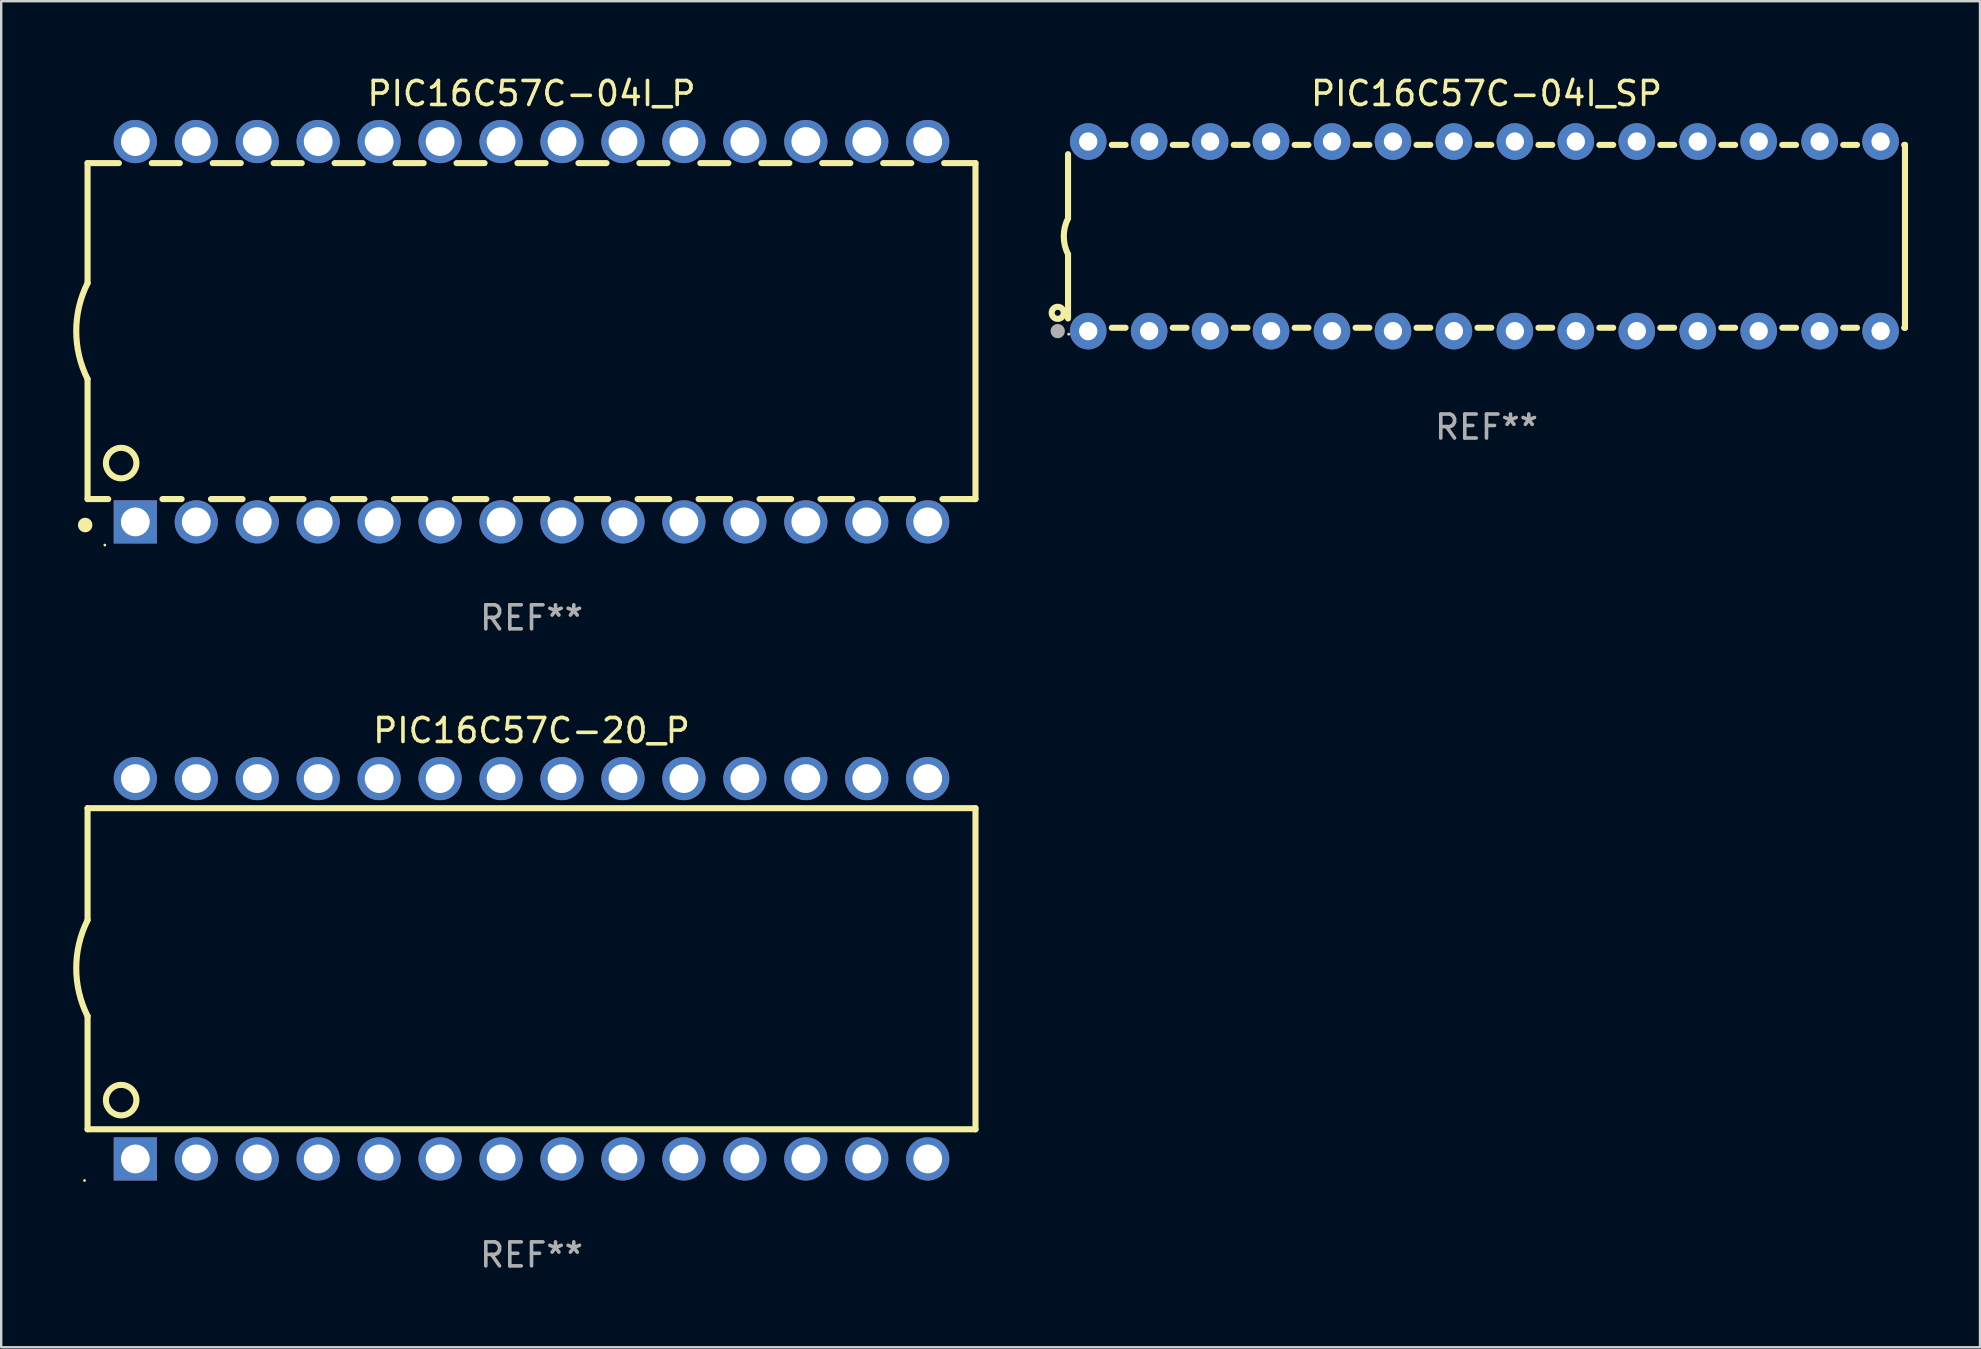
<source format=kicad_pcb>
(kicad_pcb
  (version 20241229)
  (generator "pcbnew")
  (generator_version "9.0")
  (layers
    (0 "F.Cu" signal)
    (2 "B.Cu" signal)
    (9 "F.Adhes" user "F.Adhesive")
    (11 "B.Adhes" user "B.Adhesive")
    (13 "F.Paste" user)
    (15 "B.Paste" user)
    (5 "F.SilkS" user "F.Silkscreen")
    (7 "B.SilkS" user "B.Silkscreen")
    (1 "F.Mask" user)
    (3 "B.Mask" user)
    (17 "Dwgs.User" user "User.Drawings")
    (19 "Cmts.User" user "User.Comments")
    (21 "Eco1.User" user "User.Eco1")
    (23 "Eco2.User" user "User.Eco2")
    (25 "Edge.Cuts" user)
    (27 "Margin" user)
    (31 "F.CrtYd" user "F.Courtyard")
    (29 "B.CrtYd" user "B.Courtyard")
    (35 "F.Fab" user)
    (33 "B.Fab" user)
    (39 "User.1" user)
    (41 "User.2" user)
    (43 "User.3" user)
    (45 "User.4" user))
  (footprint "PIC16C57C-04I_P"
    (layer "F.Cu")
    (at 19.099 10.773)
    (property "Reference" "PIC16C57C-04I_P" (at 0 -9.925 0) (layer "F.SilkS") (effects (font (size 1 1) (thickness 0.15))))
    (attr through_hole)
    (fp_line (start -18.5 -7.026) (end -18.5 -2.026) (stroke (width 0.254) (type solid)) (layer "F.SilkS"))
    (fp_line (start -18.5 1.974) (end -18.5 6.974) (stroke (width 0.254) (type solid)) (layer "F.SilkS"))
    (fp_line (start -17.64 6.974) (end -18.5 6.974) (stroke (width 0.254) (type solid)) (layer "F.SilkS"))
    (fp_line (start -17.195 -7.026) (end -18.5 -7.026) (stroke (width 0.254) (type solid)) (layer "F.SilkS"))
    (fp_line (start -14.655 -7.026) (end -15.825 -7.026) (stroke (width 0.254) (type solid)) (layer "F.SilkS"))
    (fp_line (start -14.582 6.974) (end -15.38 6.974) (stroke (width 0.254) (type solid)) (layer "F.SilkS"))
    (fp_line (start -12.115 -7.026) (end -13.285 -7.026) (stroke (width 0.254) (type solid)) (layer "F.SilkS"))
    (fp_line (start -12.042 6.974) (end -13.358 6.974) (stroke (width 0.254) (type solid)) (layer "F.SilkS"))
    (fp_line (start -9.575 -7.026) (end -10.745 -7.026) (stroke (width 0.254) (type solid)) (layer "F.SilkS"))
    (fp_line (start -9.502 6.974) (end -10.818 6.974) (stroke (width 0.254) (type solid)) (layer "F.SilkS"))
    (fp_line (start -7.035 -7.026) (end -8.205 -7.026) (stroke (width 0.254) (type solid)) (layer "F.SilkS"))
    (fp_line (start -6.962 6.974) (end -8.278 6.974) (stroke (width 0.254) (type solid)) (layer "F.SilkS"))
    (fp_line (start -4.495 -7.026) (end -5.665 -7.026) (stroke (width 0.254) (type solid)) (layer "F.SilkS"))
    (fp_line (start -4.422 6.974) (end -5.738 6.974) (stroke (width 0.254) (type solid)) (layer "F.SilkS"))
    (fp_line (start -1.955 -7.026) (end -3.125 -7.026) (stroke (width 0.254) (type solid)) (layer "F.SilkS"))
    (fp_line (start -1.882 6.974) (end -3.198 6.974) (stroke (width 0.254) (type solid)) (layer "F.SilkS"))
    (fp_line (start 0.585 -7.026) (end -0.585 -7.026) (stroke (width 0.254) (type solid)) (layer "F.SilkS"))
    (fp_line (start 0.658 6.974) (end -0.658 6.974) (stroke (width 0.254) (type solid)) (layer "F.SilkS"))
    (fp_line (start 3.125 -7.026) (end 1.955 -7.026) (stroke (width 0.254) (type solid)) (layer "F.SilkS"))
    (fp_line (start 3.198 6.974) (end 1.882 6.974) (stroke (width 0.254) (type solid)) (layer "F.SilkS"))
    (fp_line (start 5.665 -7.026) (end 4.495 -7.026) (stroke (width 0.254) (type solid)) (layer "F.SilkS"))
    (fp_line (start 5.738 6.974) (end 4.422 6.974) (stroke (width 0.254) (type solid)) (layer "F.SilkS"))
    (fp_line (start 8.205 -7.026) (end 7.035 -7.026) (stroke (width 0.254) (type solid)) (layer "F.SilkS"))
    (fp_line (start 8.278 6.974) (end 6.962 6.974) (stroke (width 0.254) (type solid)) (layer "F.SilkS"))
    (fp_line (start 10.745 -7.026) (end 9.575 -7.026) (stroke (width 0.254) (type solid)) (layer "F.SilkS"))
    (fp_line (start 10.818 6.974) (end 9.502 6.974) (stroke (width 0.254) (type solid)) (layer "F.SilkS"))
    (fp_line (start 13.285 -7.026) (end 12.115 -7.026) (stroke (width 0.254) (type solid)) (layer "F.SilkS"))
    (fp_line (start 13.358 6.974) (end 12.042 6.974) (stroke (width 0.254) (type solid)) (layer "F.SilkS"))
    (fp_line (start 15.825 -7.026) (end 14.655 -7.026) (stroke (width 0.254) (type solid)) (layer "F.SilkS"))
    (fp_line (start 15.898 6.974) (end 14.582 6.974) (stroke (width 0.254) (type solid)) (layer "F.SilkS"))
    (fp_line (start 18.5 -7.026) (end 17.195 -7.026) (stroke (width 0.254) (type solid)) (layer "F.SilkS"))
    (fp_line (start 18.5 6.974) (end 17.122 6.974) (stroke (width 0.254) (type solid)) (layer "F.SilkS"))
    (fp_line (start 18.5 6.974) (end 18.5 -7.026) (stroke (width 0.254) (type solid)) (layer "F.SilkS"))
    (fp_arc (start -18.599924 8.057734) (mid -18.599935 8.055207) (end -18.599924 8.052679) (stroke (width 0.6) (type solid)) (layer "F.SilkS"))
    (fp_arc (start -18.500051 1.974346) (mid -18.972187 -0.025654) (end -18.500051 -2.025654) (stroke (width 0.254001) (type solid)) (layer "F.SilkS"))
    (fp_circle (center -17.78 8.89) (end -17.75 8.89) (stroke (width 0.06) (type solid)) (fill no) (layer "F.SilkS"))
    (fp_circle (center -17.1 5.474) (end -16.465 5.474) (stroke (width 0.254) (type solid)) (fill no) (layer "F.SilkS"))
    (fp_text user "REF**" (at 0 11.925 0) (layer "F.Fab") (effects (font (size 1 1) (thickness 0.15))))
    (pad "1" thru_hole rect (at -16.51 7.925) (size 1.8 1.8) (drill 1.2) (layers "*.Cu" "*.Mask"))
    (pad "2" thru_hole circle (at -13.97 7.925) (size 1.8 1.8) (drill 1.2) (layers "*.Cu" "*.Mask"))
    (pad "3" thru_hole circle (at -11.43 7.924) (size 1.8 1.8) (drill 1.2) (layers "*.Cu" "*.Mask"))
    (pad "4" thru_hole circle (at -8.89 7.924) (size 1.8 1.8) (drill 1.2) (layers "*.Cu" "*.Mask"))
    (pad "5" thru_hole circle (at -6.35 7.924) (size 1.8 1.8) (drill 1.2) (layers "*.Cu" "*.Mask"))
    (pad "6" thru_hole circle (at -3.81 7.924) (size 1.8 1.8) (drill 1.2) (layers "*.Cu" "*.Mask"))
    (pad "7" thru_hole circle (at -1.27 7.924) (size 1.8 1.8) (drill 1.2) (layers "*.Cu" "*.Mask"))
    (pad "8" thru_hole circle (at 1.27 7.924) (size 1.8 1.8) (drill 1.2) (layers "*.Cu" "*.Mask"))
    (pad "9" thru_hole circle (at 3.81 7.924) (size 1.8 1.8) (drill 1.2) (layers "*.Cu" "*.Mask"))
    (pad "10" thru_hole circle (at 6.35 7.924) (size 1.8 1.8) (drill 1.2) (layers "*.Cu" "*.Mask"))
    (pad "11" thru_hole circle (at 8.89 7.924) (size 1.8 1.8) (drill 1.2) (layers "*.Cu" "*.Mask"))
    (pad "12" thru_hole circle (at 11.43 7.924) (size 1.8 1.8) (drill 1.2) (layers "*.Cu" "*.Mask"))
    (pad "13" thru_hole circle (at 13.97 7.924) (size 1.8 1.8) (drill 1.2) (layers "*.Cu" "*.Mask"))
    (pad "14" thru_hole circle (at 16.51 7.924) (size 1.8 1.8) (drill 1.2) (layers "*.Cu" "*.Mask"))
    (pad "15" thru_hole circle (at 16.51 -7.925) (size 1.8 1.8) (drill 1.2) (layers "*.Cu" "*.Mask"))
    (pad "16" thru_hole circle (at 13.97 -7.925) (size 1.8 1.8) (drill 1.2) (layers "*.Cu" "*.Mask"))
    (pad "17" thru_hole circle (at 11.43 -7.925) (size 1.8 1.8) (drill 1.2) (layers "*.Cu" "*.Mask"))
    (pad "18" thru_hole circle (at 8.89 -7.925) (size 1.8 1.8) (drill 1.2) (layers "*.Cu" "*.Mask"))
    (pad "19" thru_hole circle (at 6.35 -7.925) (size 1.8 1.8) (drill 1.2) (layers "*.Cu" "*.Mask"))
    (pad "20" thru_hole circle (at 3.81 -7.925) (size 1.8 1.8) (drill 1.2) (layers "*.Cu" "*.Mask"))
    (pad "21" thru_hole circle (at 1.27 -7.925) (size 1.8 1.8) (drill 1.2) (layers "*.Cu" "*.Mask"))
    (pad "22" thru_hole circle (at -1.27 -7.925) (size 1.8 1.8) (drill 1.2) (layers "*.Cu" "*.Mask"))
    (pad "23" thru_hole circle (at -3.81 -7.925) (size 1.8 1.8) (drill 1.2) (layers "*.Cu" "*.Mask"))
    (pad "24" thru_hole circle (at -6.35 -7.925) (size 1.8 1.8) (drill 1.2) (layers "*.Cu" "*.Mask"))
    (pad "25" thru_hole circle (at -8.89 -7.925) (size 1.8 1.8) (drill 1.2) (layers "*.Cu" "*.Mask"))
    (pad "26" thru_hole circle (at -11.43 -7.925) (size 1.8 1.8) (drill 1.2) (layers "*.Cu" "*.Mask"))
    (pad "27" thru_hole circle (at -13.97 -7.925) (size 1.8 1.8) (drill 1.2) (layers "*.Cu" "*.Mask"))
    (pad "28" thru_hole circle (at -16.51 -7.925) (size 1.8 1.8) (drill 1.2) (layers "*.Cu" "*.Mask")))
  (footprint "PIC16C57C-04I_SP"
    (layer "F.Cu")
    (at 58.894 6.798)
    (property "Reference" "PIC16C57C-04I_SP" (at 0 -5.95 0) (layer "F.SilkS") (effects (font (size 1 1) (thickness 0.15))))
    (attr through_hole)
    (fp_line (start -17.438 0.75) (end -17.438 3.423) (stroke (width 0.254) (type solid)) (layer "F.SilkS"))
    (fp_line (start -17.438 -3.423) (end -17.438 -0.75) (stroke (width 0.254) (type solid)) (layer "F.SilkS"))
    (fp_line (start -15.615 3.81) (end -15.041 3.81) (stroke (width 0.254) (type solid)) (layer "F.SilkS"))
    (fp_line (start -15.041 -3.81) (end -15.614 -3.81) (stroke (width 0.254) (type solid)) (layer "F.SilkS"))
    (fp_line (start -13.075 3.81) (end -12.501 3.81) (stroke (width 0.254) (type solid)) (layer "F.SilkS"))
    (fp_line (start -12.501 -3.81) (end -13.074 -3.81) (stroke (width 0.254) (type solid)) (layer "F.SilkS"))
    (fp_line (start -10.535 3.81) (end -9.961 3.81) (stroke (width 0.254) (type solid)) (layer "F.SilkS"))
    (fp_line (start -9.961 -3.81) (end -10.534 -3.81) (stroke (width 0.254) (type solid)) (layer "F.SilkS"))
    (fp_line (start -7.995 3.81) (end -7.421 3.81) (stroke (width 0.254) (type solid)) (layer "F.SilkS"))
    (fp_line (start -7.421 -3.81) (end -7.995 -3.81) (stroke (width 0.254) (type solid)) (layer "F.SilkS"))
    (fp_line (start -5.455 3.81) (end -4.881 3.81) (stroke (width 0.254) (type solid)) (layer "F.SilkS"))
    (fp_line (start -4.881 -3.81) (end -5.455 -3.81) (stroke (width 0.254) (type solid)) (layer "F.SilkS"))
    (fp_line (start -2.915 3.81) (end -2.341 3.81) (stroke (width 0.254) (type solid)) (layer "F.SilkS"))
    (fp_line (start -2.341 -3.81) (end -2.915 -3.81) (stroke (width 0.254) (type solid)) (layer "F.SilkS"))
    (fp_line (start -0.375 3.81) (end 0.199 3.81) (stroke (width 0.254) (type solid)) (layer "F.SilkS"))
    (fp_line (start 0.199 -3.81) (end -0.375 -3.81) (stroke (width 0.254) (type solid)) (layer "F.SilkS"))
    (fp_line (start 2.165 3.81) (end 2.739 3.81) (stroke (width 0.254) (type solid)) (layer "F.SilkS"))
    (fp_line (start 2.739 -3.81) (end 2.165 -3.81) (stroke (width 0.254) (type solid)) (layer "F.SilkS"))
    (fp_line (start 4.705 3.81) (end 5.279 3.81) (stroke (width 0.254) (type solid)) (layer "F.SilkS"))
    (fp_line (start 5.279 -3.81) (end 4.705 -3.81) (stroke (width 0.254) (type solid)) (layer "F.SilkS"))
    (fp_line (start 7.245 3.81) (end 7.819 3.81) (stroke (width 0.254) (type solid)) (layer "F.SilkS"))
    (fp_line (start 7.819 -3.81) (end 7.245 -3.81) (stroke (width 0.254) (type solid)) (layer "F.SilkS"))
    (fp_line (start 9.785 3.81) (end 10.359 3.81) (stroke (width 0.254) (type solid)) (layer "F.SilkS"))
    (fp_line (start 10.359 -3.81) (end 9.785 -3.81) (stroke (width 0.254) (type solid)) (layer "F.SilkS"))
    (fp_line (start 12.325 3.81) (end 12.899 3.81) (stroke (width 0.254) (type solid)) (layer "F.SilkS"))
    (fp_line (start 12.899 -3.81) (end 12.325 -3.81) (stroke (width 0.254) (type solid)) (layer "F.SilkS"))
    (fp_line (start 14.865 3.81) (end 15.439 3.81) (stroke (width 0.254) (type solid)) (layer "F.SilkS"))
    (fp_line (start 15.439 -3.81) (end 14.865 -3.81) (stroke (width 0.254) (type solid)) (layer "F.SilkS"))
    (fp_line (start 17.405 3.81) (end 17.438 3.81) (stroke (width 0.254) (type solid)) (layer "F.SilkS"))
    (fp_line (start 17.438 -3.81) (end 17.405 -3.81) (stroke (width 0.254) (type solid)) (layer "F.SilkS"))
    (fp_line (start 17.438 -3.556) (end 17.438 -3.81) (stroke (width 0.254) (type solid)) (layer "F.SilkS"))
    (fp_line (start 17.438 3.81) (end 17.438 -3.556) (stroke (width 0.254) (type solid)) (layer "F.SilkS"))
    (fp_arc (start -17.437986 0.749657) (mid -17.614887 -0.000024) (end -17.437783 -0.749657) (stroke (width 0.254001) (type solid)) (layer "F.SilkS"))
    (fp_circle (center -17.868 3.188) (end -17.743 3.188) (stroke (width 0.254) (type solid)) (fill no) (layer "F.SilkS"))
    (fp_circle (center -17.411 4.077) (end -17.381 4.077) (stroke (width 0.06) (type solid)) (fill no) (layer "F.SilkS"))
    (fp_circle (center -17.868 3.95) (end -17.718 3.95) (stroke (width 0.3) (type solid)) (fill no) (layer "F.Fab"))
    (fp_text user "REF**" (at 0 7.95 0) (layer "F.Fab") (effects (font (size 1 1) (thickness 0.15))))
    (pad "1" thru_hole circle (at -16.598 3.95) (size 1.524 1.524) (drill 0.762) (layers "*.Cu" "*.Mask"))
    (pad "2" thru_hole circle (at -14.058 3.95) (size 1.524 1.524) (drill 0.762) (layers "*.Cu" "*.Mask"))
    (pad "3" thru_hole circle (at -11.518 3.95) (size 1.524 1.524) (drill 0.762) (layers "*.Cu" "*.Mask"))
    (pad "4" thru_hole circle (at -8.978 3.95) (size 1.524 1.524) (drill 0.762) (layers "*.Cu" "*.Mask"))
    (pad "5" thru_hole circle (at -6.438 3.95) (size 1.524 1.524) (drill 0.762) (layers "*.Cu" "*.Mask"))
    (pad "6" thru_hole circle (at -3.898 3.95) (size 1.524 1.524) (drill 0.762) (layers "*.Cu" "*.Mask"))
    (pad "7" thru_hole circle (at -1.358 3.95) (size 1.524 1.524) (drill 0.762) (layers "*.Cu" "*.Mask"))
    (pad "8" thru_hole circle (at 1.182 3.95) (size 1.524 1.524) (drill 0.762) (layers "*.Cu" "*.Mask"))
    (pad "9" thru_hole circle (at 3.722 3.95) (size 1.524 1.524) (drill 0.762) (layers "*.Cu" "*.Mask"))
    (pad "10" thru_hole circle (at 6.262 3.95) (size 1.524 1.524) (drill 0.762) (layers "*.Cu" "*.Mask"))
    (pad "11" thru_hole circle (at 8.802 3.95) (size 1.524 1.524) (drill 0.762) (layers "*.Cu" "*.Mask"))
    (pad "12" thru_hole circle (at 11.342 3.95) (size 1.524 1.524) (drill 0.762) (layers "*.Cu" "*.Mask"))
    (pad "13" thru_hole circle (at 13.882 3.95) (size 1.524 1.524) (drill 0.762) (layers "*.Cu" "*.Mask"))
    (pad "14" thru_hole circle (at 16.422 3.95) (size 1.524 1.524) (drill 0.762) (layers "*.Cu" "*.Mask"))
    (pad "15" thru_hole circle (at 16.422 -3.95) (size 1.524 1.524) (drill 0.762) (layers "*.Cu" "*.Mask"))
    (pad "16" thru_hole circle (at 13.882 -3.95) (size 1.524 1.524) (drill 0.762) (layers "*.Cu" "*.Mask"))
    (pad "17" thru_hole circle (at 11.342 -3.95) (size 1.524 1.524) (drill 0.762) (layers "*.Cu" "*.Mask"))
    (pad "18" thru_hole circle (at 8.802 -3.95) (size 1.524 1.524) (drill 0.762) (layers "*.Cu" "*.Mask"))
    (pad "19" thru_hole circle (at 6.262 -3.95) (size 1.524 1.524) (drill 0.762) (layers "*.Cu" "*.Mask"))
    (pad "20" thru_hole circle (at 3.722 -3.95) (size 1.524 1.524) (drill 0.762) (layers "*.Cu" "*.Mask"))
    (pad "21" thru_hole circle (at 1.182 -3.95) (size 1.524 1.524) (drill 0.762) (layers "*.Cu" "*.Mask"))
    (pad "22" thru_hole circle (at -1.358 -3.95) (size 1.524 1.524) (drill 0.762) (layers "*.Cu" "*.Mask"))
    (pad "23" thru_hole circle (at -3.898 -3.95) (size 1.524 1.524) (drill 0.762) (layers "*.Cu" "*.Mask"))
    (pad "24" thru_hole circle (at -6.438 -3.95) (size 1.524 1.524) (drill 0.762) (layers "*.Cu" "*.Mask"))
    (pad "25" thru_hole circle (at -8.978 -3.95) (size 1.524 1.524) (drill 0.762) (layers "*.Cu" "*.Mask"))
    (pad "26" thru_hole circle (at -11.517 -3.95) (size 1.524 1.524) (drill 0.762) (layers "*.Cu" "*.Mask"))
    (pad "27" thru_hole circle (at -14.057 -3.95) (size 1.524 1.524) (drill 0.762) (layers "*.Cu" "*.Mask"))
    (pad "28" thru_hole circle (at -16.597 -3.95) (size 1.524 1.524) (drill 0.762) (layers "*.Cu" "*.Mask")))
  (footprint "PIC16C57C-20_P"
    (layer "F.Cu")
    (at 19.099 37.319)
    (property "Reference" "PIC16C57C-20_P" (at 0 -9.925 0) (layer "F.SilkS") (effects (font (size 1 1) (thickness 0.15))))
    (attr through_hole)
    (fp_line (start -18.5 -6.692) (end -18.5 -2.026) (stroke (width 0.254) (type solid)) (layer "F.SilkS"))
    (fp_line (start -18.5 6.689) (end -18.5 1.974) (stroke (width 0.254) (type solid)) (layer "F.SilkS"))
    (fp_line (start -18.5 6.689) (end 18.5 6.689) (stroke (width 0.254) (type solid)) (layer "F.SilkS"))
    (fp_line (start 18.5 -6.692) (end -18.5 -6.692) (stroke (width 0.254) (type solid)) (layer "F.SilkS"))
    (fp_line (start 18.5 6.689) (end 18.5 -6.692) (stroke (width 0.254) (type solid)) (layer "F.SilkS"))
    (fp_arc (start -18.500051 1.974346) (mid -18.972187 -0.025654) (end -18.500051 -2.025654) (stroke (width 0.254001) (type solid)) (layer "F.SilkS"))
    (fp_circle (center -18.627 8.824) (end -18.597 8.824) (stroke (width 0.06) (type solid)) (fill no) (layer "F.SilkS"))
    (fp_circle (center -17.1 5.474) (end -16.465 5.474) (stroke (width 0.254) (type solid)) (fill no) (layer "F.SilkS"))
    (fp_text user "REF**" (at 0 11.925 0) (layer "F.Fab") (effects (font (size 1 1) (thickness 0.15))))
    (pad "1" thru_hole rect (at -16.51 7.925) (size 1.8 1.8) (drill 1.2) (layers "*.Cu" "*.Mask"))
    (pad "2" thru_hole circle (at -13.97 7.924) (size 1.8 1.8) (drill 1.2) (layers "*.Cu" "*.Mask"))
    (pad "3" thru_hole circle (at -11.43 7.924) (size 1.8 1.8) (drill 1.2) (layers "*.Cu" "*.Mask"))
    (pad "4" thru_hole circle (at -8.89 7.924) (size 1.8 1.8) (drill 1.2) (layers "*.Cu" "*.Mask"))
    (pad "5" thru_hole circle (at -6.35 7.924) (size 1.8 1.8) (drill 1.2) (layers "*.Cu" "*.Mask"))
    (pad "6" thru_hole circle (at -3.81 7.924) (size 1.8 1.8) (drill 1.2) (layers "*.Cu" "*.Mask"))
    (pad "7" thru_hole circle (at -1.27 7.924) (size 1.8 1.8) (drill 1.2) (layers "*.Cu" "*.Mask"))
    (pad "8" thru_hole circle (at 1.27 7.924) (size 1.8 1.8) (drill 1.2) (layers "*.Cu" "*.Mask"))
    (pad "9" thru_hole circle (at 3.81 7.924) (size 1.8 1.8) (drill 1.2) (layers "*.Cu" "*.Mask"))
    (pad "10" thru_hole circle (at 6.35 7.924) (size 1.8 1.8) (drill 1.2) (layers "*.Cu" "*.Mask"))
    (pad "11" thru_hole circle (at 8.89 7.924) (size 1.8 1.8) (drill 1.2) (layers "*.Cu" "*.Mask"))
    (pad "12" thru_hole circle (at 11.43 7.924) (size 1.8 1.8) (drill 1.2) (layers "*.Cu" "*.Mask"))
    (pad "13" thru_hole circle (at 13.97 7.924) (size 1.8 1.8) (drill 1.2) (layers "*.Cu" "*.Mask"))
    (pad "14" thru_hole circle (at 16.51 7.924) (size 1.8 1.8) (drill 1.2) (layers "*.Cu" "*.Mask"))
    (pad "15" thru_hole circle (at 16.51 -7.925) (size 1.8 1.8) (drill 1.2) (layers "*.Cu" "*.Mask"))
    (pad "16" thru_hole circle (at 13.97 -7.925) (size 1.8 1.8) (drill 1.2) (layers "*.Cu" "*.Mask"))
    (pad "17" thru_hole circle (at 11.43 -7.925) (size 1.8 1.8) (drill 1.2) (layers "*.Cu" "*.Mask"))
    (pad "18" thru_hole circle (at 8.89 -7.925) (size 1.8 1.8) (drill 1.2) (layers "*.Cu" "*.Mask"))
    (pad "19" thru_hole circle (at 6.35 -7.925) (size 1.8 1.8) (drill 1.2) (layers "*.Cu" "*.Mask"))
    (pad "20" thru_hole circle (at 3.81 -7.925) (size 1.8 1.8) (drill 1.2) (layers "*.Cu" "*.Mask"))
    (pad "21" thru_hole circle (at 1.27 -7.925) (size 1.8 1.8) (drill 1.2) (layers "*.Cu" "*.Mask"))
    (pad "22" thru_hole circle (at -1.27 -7.925) (size 1.8 1.8) (drill 1.2) (layers "*.Cu" "*.Mask"))
    (pad "23" thru_hole circle (at -3.81 -7.925) (size 1.8 1.8) (drill 1.2) (layers "*.Cu" "*.Mask"))
    (pad "24" thru_hole circle (at -6.35 -7.925) (size 1.8 1.8) (drill 1.2) (layers "*.Cu" "*.Mask"))
    (pad "25" thru_hole circle (at -8.89 -7.925) (size 1.8 1.8) (drill 1.2) (layers "*.Cu" "*.Mask"))
    (pad "26" thru_hole circle (at -11.43 -7.925) (size 1.8 1.8) (drill 1.2) (layers "*.Cu" "*.Mask"))
    (pad "27" thru_hole circle (at -13.97 -7.925) (size 1.8 1.8) (drill 1.2) (layers "*.Cu" "*.Mask"))
    (pad "28" thru_hole circle (at -16.51 -7.925) (size 1.8 1.8) (drill 1.2) (layers "*.Cu" "*.Mask")))
  (gr_rect
    (start -3 -3)
    (end 79.459 53.092)
    (stroke (width 0.1) (type default))
    (fill no)
    (layer "Edge.Cuts")))
</source>
